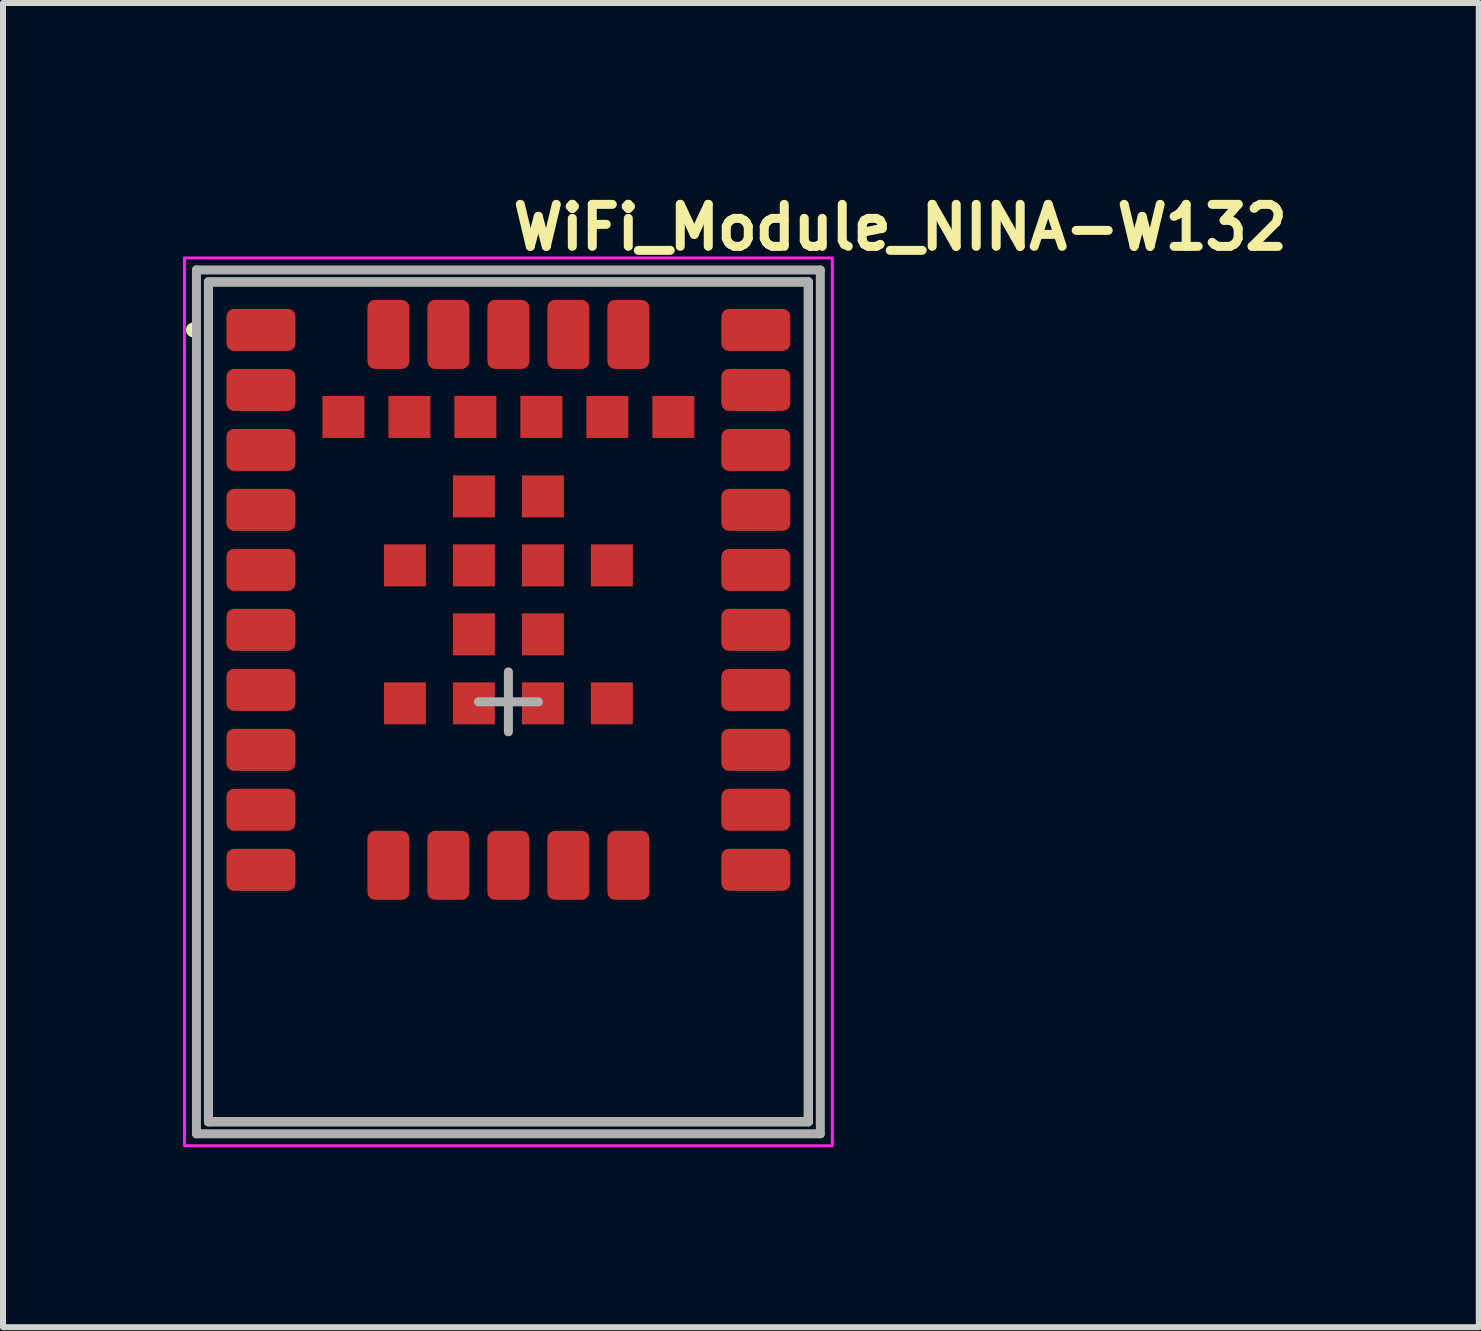
<source format=kicad_pcb>
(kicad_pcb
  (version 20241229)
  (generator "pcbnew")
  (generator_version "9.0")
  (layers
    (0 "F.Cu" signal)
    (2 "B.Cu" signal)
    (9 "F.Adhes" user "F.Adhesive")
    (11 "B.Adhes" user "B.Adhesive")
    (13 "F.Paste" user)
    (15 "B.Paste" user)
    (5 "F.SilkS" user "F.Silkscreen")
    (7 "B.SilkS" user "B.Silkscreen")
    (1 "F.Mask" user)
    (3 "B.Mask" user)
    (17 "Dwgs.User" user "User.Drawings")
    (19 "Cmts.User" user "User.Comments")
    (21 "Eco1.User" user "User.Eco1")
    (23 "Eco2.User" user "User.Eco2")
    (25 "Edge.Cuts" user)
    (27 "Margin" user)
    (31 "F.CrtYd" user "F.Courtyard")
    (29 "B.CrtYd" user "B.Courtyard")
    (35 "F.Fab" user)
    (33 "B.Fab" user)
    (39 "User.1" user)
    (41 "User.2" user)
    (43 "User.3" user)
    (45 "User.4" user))
  (footprint "WiFi_Module_NINA-W132"
    (layer "F.Cu")
    (at 5.425 8.65)
    (property "Reference" "WiFi_Module_NINA-W132" (at 0 -7.5 0) (layer "F.SilkS") (effects (font (size 0.7 0.7) (thickness 0.15)) (justify left bottom)))
    (attr smd)
    (fp_line (start -5 -7) (end -5 7) (stroke (width 0.15) (type solid)) (layer "F.SilkS"))
    (fp_line (start -5 -7) (end 5 -7) (stroke (width 0.15) (type solid)) (layer "F.SilkS"))
    (fp_line (start -5 7) (end 5 7) (stroke (width 0.15) (type solid)) (layer "F.SilkS"))
    (fp_line (start 5 -7) (end 5 7) (stroke (width 0.15) (type solid)) (layer "F.SilkS"))
    (fp_circle (center -5.25 -6.2) (end -5.2 -6.2) (stroke (width 0.15) (type solid)) (fill yes) (layer "F.SilkS"))
    (fp_rect (start -5.4 7.4) (end 5.4 -7.4) (stroke (width 0.05) (type solid)) (fill no) (layer "F.CrtYd"))
    (fp_line (start -5.2 -7.2) (end -5.2 7.2) (stroke (width 0.15) (type solid)) (layer "F.Fab"))
    (fp_line (start -5.2 -7.2) (end 5.2 -7.2) (stroke (width 0.15) (type solid)) (layer "F.Fab"))
    (fp_line (start -5.2 7.2) (end 5.2 7.2) (stroke (width 0.15) (type solid)) (layer "F.Fab"))
    (fp_line (start -5 -7) (end -5 7) (stroke (width 0.15) (type solid)) (layer "F.Fab"))
    (fp_line (start -5 -7) (end 5 -7) (stroke (width 0.15) (type solid)) (layer "F.Fab"))
    (fp_line (start -5 7) (end 5 7) (stroke (width 0.15) (type solid)) (layer "F.Fab"))
    (fp_line (start -0.5 0) (end 0.5 0) (stroke (width 0.15) (type solid)) (layer "F.Fab"))
    (fp_line (start 0 -0.5) (end 0 0) (stroke (width 0.15) (type solid)) (layer "F.Fab"))
    (fp_line (start 0 0) (end 0 0.5) (stroke (width 0.15) (type solid)) (layer "F.Fab"))
    (fp_line (start 5 -7) (end 5 7) (stroke (width 0.15) (type solid)) (layer "F.Fab"))
    (fp_line (start 5.2 -7.2) (end 5.2 7.2) (stroke (width 0.15) (type solid)) (layer "F.Fab"))
    (fp_rect (start -5 7) (end 5 -7) (stroke (width 0.1) (type solid)) (fill no) (layer "User.5"))
    (fp_line (start -5 -7) (end 5 -7) (stroke (width 0.02) (type solid)) (layer "User.9"))
    (fp_line (start -5 7) (end -5 -7) (stroke (width 0.02) (type solid)) (layer "User.9"))
    (fp_line (start -4.947 3.315) (end -4.947 3.198) (stroke (width 0.02) (type solid)) (layer "User.9"))
    (fp_line (start -4.947 3.315) (end -4.947 3.315) (stroke (width 0.02) (type solid)) (layer "User.9"))
    (fp_line (start -4.947 3.598) (end -4.947 3.315) (stroke (width 0.02) (type solid)) (layer "User.9"))
    (fp_line (start -4.947 3.598) (end -4.947 4.049) (stroke (width 0.02) (type solid)) (layer "User.9"))
    (fp_line (start -4.947 4.049) (end -4.947 4.057) (stroke (width 0.02) (type solid)) (layer "User.9"))
    (fp_line (start -4.947 4.057) (end -4.946 4.064) (stroke (width 0.02) (type solid)) (layer "User.9"))
    (fp_line (start -4.947 6.142) (end -4.947 6.149) (stroke (width 0.02) (type solid)) (layer "User.9"))
    (fp_line (start -4.947 6.149) (end -4.947 6.6) (stroke (width 0.02) (type solid)) (layer "User.9"))
    (fp_line (start -4.947 6.883) (end -4.947 6.6) (stroke (width 0.02) (type solid)) (layer "User.9"))
    (fp_line (start -4.947 6.883) (end -4.947 6.883) (stroke (width 0.02) (type solid)) (layer "User.9"))
    (fp_line (start -4.947 7) (end -4.947 6.883) (stroke (width 0.02) (type solid)) (layer "User.9"))
    (fp_line (start -4.946 4.064) (end -4.945 4.072) (stroke (width 0.02) (type solid)) (layer "User.9"))
    (fp_line (start -4.946 6.134) (end -4.947 6.142) (stroke (width 0.02) (type solid)) (layer "User.9"))
    (fp_line (start -4.945 4.072) (end -4.944 4.079) (stroke (width 0.02) (type solid)) (layer "User.9"))
    (fp_line (start -4.945 6.127) (end -4.946 6.134) (stroke (width 0.02) (type solid)) (layer "User.9"))
    (fp_line (start -4.944 4.079) (end -4.942 4.087) (stroke (width 0.02) (type solid)) (layer "User.9"))
    (fp_line (start -4.944 6.12) (end -4.945 6.127) (stroke (width 0.02) (type solid)) (layer "User.9"))
    (fp_line (start -4.942 4.087) (end -4.94 4.094) (stroke (width 0.02) (type solid)) (layer "User.9"))
    (fp_line (start -4.942 6.113) (end -4.944 6.12) (stroke (width 0.02) (type solid)) (layer "User.9"))
    (fp_line (start -4.941 6.105) (end -4.942 6.113) (stroke (width 0.02) (type solid)) (layer "User.9"))
    (fp_line (start -4.94 4.094) (end -4.938 4.101) (stroke (width 0.02) (type solid)) (layer "User.9"))
    (fp_line (start -4.938 4.101) (end -4.935 4.107) (stroke (width 0.02) (type solid)) (layer "User.9"))
    (fp_line (start -4.938 6.099) (end -4.941 6.105) (stroke (width 0.02) (type solid)) (layer "User.9"))
    (fp_line (start -4.936 6.092) (end -4.938 6.099) (stroke (width 0.02) (type solid)) (layer "User.9"))
    (fp_line (start -4.935 4.107) (end -4.932 4.114) (stroke (width 0.02) (type solid)) (layer "User.9"))
    (fp_line (start -4.933 6.085) (end -4.936 6.092) (stroke (width 0.02) (type solid)) (layer "User.9"))
    (fp_line (start -4.932 4.114) (end -4.929 4.121) (stroke (width 0.02) (type solid)) (layer "User.9"))
    (fp_line (start -4.929 4.121) (end -4.925 4.127) (stroke (width 0.02) (type solid)) (layer "User.9"))
    (fp_line (start -4.929 6.078) (end -4.933 6.085) (stroke (width 0.02) (type solid)) (layer "User.9"))
    (fp_line (start -4.926 6.072) (end -4.929 6.078) (stroke (width 0.02) (type solid)) (layer "User.9"))
    (fp_line (start -4.925 4.127) (end -4.921 4.133) (stroke (width 0.02) (type solid)) (layer "User.9"))
    (fp_line (start -4.922 6.066) (end -4.926 6.072) (stroke (width 0.02) (type solid)) (layer "User.9"))
    (fp_line (start -4.921 4.133) (end -4.917 4.139) (stroke (width 0.02) (type solid)) (layer "User.9"))
    (fp_line (start -4.918 6.06) (end -4.922 6.066) (stroke (width 0.02) (type solid)) (layer "User.9"))
    (fp_line (start -4.917 4.139) (end -4.913 4.145) (stroke (width 0.02) (type solid)) (layer "User.9"))
    (fp_line (start -4.913 4.145) (end -4.908 4.15) (stroke (width 0.02) (type solid)) (layer "User.9"))
    (fp_line (start -4.913 6.054) (end -4.918 6.06) (stroke (width 0.02) (type solid)) (layer "User.9"))
    (fp_line (start -4.908 4.15) (end -4.903 4.155) (stroke (width 0.02) (type solid)) (layer "User.9"))
    (fp_line (start -4.908 6.048) (end -4.913 6.054) (stroke (width 0.02) (type solid)) (layer "User.9"))
    (fp_line (start -4.903 4.155) (end -4.898 4.16) (stroke (width 0.02) (type solid)) (layer "User.9"))
    (fp_line (start -4.903 6.043) (end -4.908 6.048) (stroke (width 0.02) (type solid)) (layer "User.9"))
    (fp_line (start -4.903 6.043) (end -4.903 6.043) (stroke (width 0.02) (type solid)) (layer "User.9"))
    (fp_line (start -4.901 4.499) (end -4.784 4.499) (stroke (width 0.02) (type solid)) (layer "User.9"))
    (fp_line (start -4.901 5.699) (end -4.901 4.499) (stroke (width 0.02) (type solid)) (layer "User.9"))
    (fp_line (start -4.898 4.16) (end -4.892 4.165) (stroke (width 0.02) (type solid)) (layer "User.9"))
    (fp_line (start -4.898 6.038) (end -4.903 6.043) (stroke (width 0.02) (type solid)) (layer "User.9"))
    (fp_line (start -4.892 4.165) (end -4.887 4.169) (stroke (width 0.02) (type solid)) (layer "User.9"))
    (fp_line (start -4.892 6.033) (end -4.898 6.038) (stroke (width 0.02) (type solid)) (layer "User.9"))
    (fp_line (start -4.887 4.169) (end -4.881 4.173) (stroke (width 0.02) (type solid)) (layer "User.9"))
    (fp_line (start -4.886 6.029) (end -4.892 6.033) (stroke (width 0.02) (type solid)) (layer "User.9"))
    (fp_line (start -4.881 4.173) (end -4.875 4.177) (stroke (width 0.02) (type solid)) (layer "User.9"))
    (fp_line (start -4.88 6.024) (end -4.886 6.029) (stroke (width 0.02) (type solid)) (layer "User.9"))
    (fp_line (start -4.875 4.177) (end -4.868 4.181) (stroke (width 0.02) (type solid)) (layer "User.9"))
    (fp_line (start -4.874 6.02) (end -4.88 6.024) (stroke (width 0.02) (type solid)) (layer "User.9"))
    (fp_line (start -4.868 4.181) (end -4.862 4.184) (stroke (width 0.02) (type solid)) (layer "User.9"))
    (fp_line (start -4.868 6.017) (end -4.874 6.02) (stroke (width 0.02) (type solid)) (layer "User.9"))
    (fp_line (start -4.862 4.184) (end -4.855 4.187) (stroke (width 0.02) (type solid)) (layer "User.9"))
    (fp_line (start -4.861 6.013) (end -4.868 6.017) (stroke (width 0.02) (type solid)) (layer "User.9"))
    (fp_line (start -4.855 4.187) (end -4.849 4.19) (stroke (width 0.02) (type solid)) (layer "User.9"))
    (fp_line (start -4.854 6.011) (end -4.861 6.013) (stroke (width 0.02) (type solid)) (layer "User.9"))
    (fp_line (start -4.849 4.19) (end -4.842 4.192) (stroke (width 0.02) (type solid)) (layer "User.9"))
    (fp_line (start -4.848 6.008) (end -4.854 6.011) (stroke (width 0.02) (type solid)) (layer "User.9"))
    (fp_line (start -4.842 4.192) (end -4.834 4.194) (stroke (width 0.02) (type solid)) (layer "User.9"))
    (fp_line (start -4.841 6.006) (end -4.848 6.008) (stroke (width 0.02) (type solid)) (layer "User.9"))
    (fp_line (start -4.834 4.194) (end -4.827 4.196) (stroke (width 0.02) (type solid)) (layer "User.9"))
    (fp_line (start -4.834 6.004) (end -4.841 6.006) (stroke (width 0.02) (type solid)) (layer "User.9"))
    (fp_line (start -4.827 4.196) (end -4.82 4.197) (stroke (width 0.02) (type solid)) (layer "User.9"))
    (fp_line (start -4.826 6.002) (end -4.834 6.004) (stroke (width 0.02) (type solid)) (layer "User.9"))
    (fp_line (start -4.82 4.197) (end -4.812 4.198) (stroke (width 0.02) (type solid)) (layer "User.9"))
    (fp_line (start -4.819 6.001) (end -4.826 6.002) (stroke (width 0.02) (type solid)) (layer "User.9"))
    (fp_line (start -4.812 4.198) (end -4.805 4.199) (stroke (width 0.02) (type solid)) (layer "User.9"))
    (fp_line (start -4.812 6) (end -4.819 6.001) (stroke (width 0.02) (type solid)) (layer "User.9"))
    (fp_line (start -4.805 4.199) (end -4.797 4.199) (stroke (width 0.02) (type solid)) (layer "User.9"))
    (fp_line (start -4.804 5.999) (end -4.812 6) (stroke (width 0.02) (type solid)) (layer "User.9"))
    (fp_line (start -4.797 3.198) (end -4.947 3.198) (stroke (width 0.02) (type solid)) (layer "User.9"))
    (fp_line (start -4.797 5.999) (end -4.804 5.999) (stroke (width 0.02) (type solid)) (layer "User.9"))
    (fp_line (start -4.797 5.999) (end -4.447 5.999) (stroke (width 0.02) (type solid)) (layer "User.9"))
    (fp_line (start -4.784 4.499) (end -4.784 4.499) (stroke (width 0.02) (type solid)) (layer "User.9"))
    (fp_line (start -4.784 4.499) (end -4.501 4.499) (stroke (width 0.02) (type solid)) (layer "User.9"))
    (fp_line (start -4.784 5.699) (end -4.901 5.699) (stroke (width 0.02) (type solid)) (layer "User.9"))
    (fp_line (start -4.784 5.699) (end -4.784 5.699) (stroke (width 0.02) (type solid)) (layer "User.9"))
    (fp_line (start -4.75 -6.6) (end -4.75 -6.2) (stroke (width 0.02) (type solid)) (layer "User.9"))
    (fp_line (start -4.75 -6.6) (end -4.55 -6.6) (stroke (width 0.02) (type solid)) (layer "User.9"))
    (fp_line (start -4.75 -6.2) (end -4.75 2.6) (stroke (width 0.02) (type solid)) (layer "User.9"))
    (fp_line (start -4.75 -6.2) (end -4.662 -6.2) (stroke (width 0.02) (type solid)) (layer "User.9"))
    (fp_line (start -4.75 2.6) (end -4.75 3) (stroke (width 0.02) (type solid)) (layer "User.9"))
    (fp_line (start -4.662 -6.2) (end -4.662 -6.2) (stroke (width 0.02) (type solid)) (layer "User.9"))
    (fp_line (start -4.662 -6.2) (end -4.45 -6.2) (stroke (width 0.02) (type solid)) (layer "User.9"))
    (fp_line (start -4.662 2.6) (end -4.75 2.6) (stroke (width 0.02) (type solid)) (layer "User.9"))
    (fp_line (start -4.662 2.6) (end -4.662 2.6) (stroke (width 0.02) (type solid)) (layer "User.9"))
    (fp_line (start -4.55 -6.2) (end -4.55 -6.6) (stroke (width 0.02) (type solid)) (layer "User.9"))
    (fp_line (start -4.55 3) (end -4.75 3) (stroke (width 0.02) (type solid)) (layer "User.9"))
    (fp_line (start -4.55 3) (end -4.55 2.6) (stroke (width 0.02) (type solid)) (layer "User.9"))
    (fp_line (start -4.501 5.699) (end -4.784 5.699) (stroke (width 0.02) (type solid)) (layer "User.9"))
    (fp_line (start -4.501 5.699) (end -4.447 5.699) (stroke (width 0.02) (type solid)) (layer "User.9"))
    (fp_line (start -4.45 2.6) (end -4.662 2.6) (stroke (width 0.02) (type solid)) (layer "User.9"))
    (fp_line (start -4.45 2.6) (end -4.35 2.6) (stroke (width 0.02) (type solid)) (layer "User.9"))
    (fp_line (start -4.447 4.199) (end -4.797 4.199) (stroke (width 0.02) (type solid)) (layer "User.9"))
    (fp_line (start -4.447 4.499) (end -4.501 4.499) (stroke (width 0.02) (type solid)) (layer "User.9"))
    (fp_line (start -4.447 4.499) (end -4.447 4.199) (stroke (width 0.02) (type solid)) (layer "User.9"))
    (fp_line (start -4.447 5.999) (end -4.447 5.699) (stroke (width 0.02) (type solid)) (layer "User.9"))
    (fp_line (start -4.35 -6.512) (end -4.35 -6.6) (stroke (width 0.02) (type solid)) (layer "User.9"))
    (fp_line (start -4.35 -6.512) (end -4.35 -6.512) (stroke (width 0.02) (type solid)) (layer "User.9"))
    (fp_line (start -4.35 -6.3) (end -4.35 -6.512) (stroke (width 0.02) (type solid)) (layer "User.9"))
    (fp_line (start -4.35 -6.3) (end -4.35 -6.2) (stroke (width 0.02) (type solid)) (layer "User.9"))
    (fp_line (start -4.35 -6.2) (end -4.45 -6.2) (stroke (width 0.02) (type solid)) (layer "User.9"))
    (fp_line (start -4.35 2.6) (end -4.35 2.7) (stroke (width 0.02) (type solid)) (layer "User.9"))
    (fp_line (start -4.35 2.912) (end -4.35 2.7) (stroke (width 0.02) (type solid)) (layer "User.9"))
    (fp_line (start -4.35 2.912) (end -4.35 2.912) (stroke (width 0.02) (type solid)) (layer "User.9"))
    (fp_line (start -4.35 3) (end -4.35 2.912) (stroke (width 0.02) (type solid)) (layer "User.9"))
    (fp_line (start -4.35 3) (end 4.35 3) (stroke (width 0.02) (type solid)) (layer "User.9"))
    (fp_line (start -3.247 4.899) (end -3.247 5.699) (stroke (width 0.02) (type solid)) (layer "User.9"))
    (fp_line (start -3.247 4.899) (end 4.507 4.899) (stroke (width 0.02) (type solid)) (layer "User.9"))
    (fp_line (start -3.247 5.699) (end 4.803 5.699) (stroke (width 0.02) (type solid)) (layer "User.9"))
    (fp_line (start 2.46 4.971) (end 2.46 4.899) (stroke (width 0.02) (type solid)) (layer "User.9"))
    (fp_line (start 2.46 4.971) (end 2.76 4.971) (stroke (width 0.02) (type solid)) (layer "User.9"))
    (fp_line (start 2.46 5.121) (end 2.46 4.971) (stroke (width 0.02) (type solid)) (layer "User.9"))
    (fp_line (start 2.541 5.461) (end 2.691 5.461) (stroke (width 0.02) (type solid)) (layer "User.9"))
    (fp_line (start 2.541 5.699) (end 2.541 5.461) (stroke (width 0.02) (type solid)) (layer "User.9"))
    (fp_line (start 2.691 5.461) (end 2.691 5.699) (stroke (width 0.02) (type solid)) (layer "User.9"))
    (fp_line (start 2.691 5.461) (end 2.991 5.461) (stroke (width 0.02) (type solid)) (layer "User.9"))
    (fp_line (start 2.691 5.699) (end 2.691 5.461) (stroke (width 0.02) (type solid)) (layer "User.9"))
    (fp_line (start 2.76 4.899) (end 2.76 4.971) (stroke (width 0.02) (type solid)) (layer "User.9"))
    (fp_line (start 2.76 4.971) (end 2.46 4.971) (stroke (width 0.02) (type solid)) (layer "User.9"))
    (fp_line (start 2.76 4.971) (end 2.76 5.121) (stroke (width 0.02) (type solid)) (layer "User.9"))
    (fp_line (start 2.76 5.121) (end 2.46 5.121) (stroke (width 0.02) (type solid)) (layer "User.9"))
    (fp_line (start 2.906 7) (end 2.306 7) (stroke (width 0.02) (type solid)) (layer "User.9"))
    (fp_line (start 2.991 5.461) (end 2.991 5.699) (stroke (width 0.02) (type solid)) (layer "User.9"))
    (fp_line (start 2.991 5.461) (end 3.141 5.461) (stroke (width 0.02) (type solid)) (layer "User.9"))
    (fp_line (start 2.991 5.699) (end 2.991 5.461) (stroke (width 0.02) (type solid)) (layer "User.9"))
    (fp_line (start 3.141 5.461) (end 3.141 5.699) (stroke (width 0.02) (type solid)) (layer "User.9"))
    (fp_line (start 4.35 -6.6) (end -4.35 -6.6) (stroke (width 0.02) (type solid)) (layer "User.9"))
    (fp_line (start 4.35 -6.6) (end 4.35 -6.512) (stroke (width 0.02) (type solid)) (layer "User.9"))
    (fp_line (start 4.35 -6.512) (end 4.35 -6.512) (stroke (width 0.02) (type solid)) (layer "User.9"))
    (fp_line (start 4.35 -6.512) (end 4.35 -6.3) (stroke (width 0.02) (type solid)) (layer "User.9"))
    (fp_line (start 4.35 -6.2) (end 4.35 -6.3) (stroke (width 0.02) (type solid)) (layer "User.9"))
    (fp_line (start 4.35 2.6) (end 4.45 2.6) (stroke (width 0.02) (type solid)) (layer "User.9"))
    (fp_line (start 4.35 2.7) (end 4.35 2.6) (stroke (width 0.02) (type solid)) (layer "User.9"))
    (fp_line (start 4.35 2.7) (end 4.35 2.912) (stroke (width 0.02) (type solid)) (layer "User.9"))
    (fp_line (start 4.35 2.912) (end 4.35 2.912) (stroke (width 0.02) (type solid)) (layer "User.9"))
    (fp_line (start 4.35 2.912) (end 4.35 3) (stroke (width 0.02) (type solid)) (layer "User.9"))
    (fp_line (start 4.45 -6.2) (end 4.35 -6.2) (stroke (width 0.02) (type solid)) (layer "User.9"))
    (fp_line (start 4.45 -6.2) (end 4.662 -6.2) (stroke (width 0.02) (type solid)) (layer "User.9"))
    (fp_line (start 4.453 3.198) (end -4.947 3.198) (stroke (width 0.02) (type solid)) (layer "User.9"))
    (fp_line (start 4.453 3.198) (end 4.453 3.315) (stroke (width 0.02) (type solid)) (layer "User.9"))
    (fp_line (start 4.453 3.315) (end 4.453 3.315) (stroke (width 0.02) (type solid)) (layer "User.9"))
    (fp_line (start 4.453 3.315) (end 4.453 3.598) (stroke (width 0.02) (type solid)) (layer "User.9"))
    (fp_line (start 4.453 3.699) (end 4.453 3.598) (stroke (width 0.02) (type solid)) (layer "User.9"))
    (fp_line (start 4.507 3.699) (end 4.453 3.699) (stroke (width 0.02) (type solid)) (layer "User.9"))
    (fp_line (start 4.507 3.699) (end 4.79 3.699) (stroke (width 0.02) (type solid)) (layer "User.9"))
    (fp_line (start 4.55 -6.6) (end 4.55 -6.2) (stroke (width 0.02) (type solid)) (layer "User.9"))
    (fp_line (start 4.55 -6.6) (end 4.75 -6.6) (stroke (width 0.02) (type solid)) (layer "User.9"))
    (fp_line (start 4.55 2.6) (end 4.55 3) (stroke (width 0.02) (type solid)) (layer "User.9"))
    (fp_line (start 4.606 7) (end 4.006 7) (stroke (width 0.02) (type solid)) (layer "User.9"))
    (fp_line (start 4.662 -6.2) (end 4.662 -6.2) (stroke (width 0.02) (type solid)) (layer "User.9"))
    (fp_line (start 4.662 -6.2) (end 4.75 -6.2) (stroke (width 0.02) (type solid)) (layer "User.9"))
    (fp_line (start 4.662 2.6) (end 4.45 2.6) (stroke (width 0.02) (type solid)) (layer "User.9"))
    (fp_line (start 4.662 2.6) (end 4.662 2.6) (stroke (width 0.02) (type solid)) (layer "User.9"))
    (fp_line (start 4.7 3.599) (end 4.453 3.599) (stroke (width 0.02) (type solid)) (layer "User.9"))
    (fp_line (start 4.7 3.599) (end 4.453 3.599) (stroke (width 0.02) (type solid)) (layer "User.9"))
    (fp_line (start 4.7 3.599) (end 4.453 3.599) (stroke (width 0.02) (type solid)) (layer "User.9"))
    (fp_line (start 4.7 3.699) (end 4.7 3.599) (stroke (width 0.02) (type solid)) (layer "User.9"))
    (fp_line (start 4.7 3.699) (end 4.7 3.599) (stroke (width 0.02) (type solid)) (layer "User.9"))
    (fp_line (start 4.7 3.699) (end 4.7 3.599) (stroke (width 0.02) (type solid)) (layer "User.9"))
    (fp_line (start 4.75 -6.2) (end 4.75 -6.6) (stroke (width 0.02) (type solid)) (layer "User.9"))
    (fp_line (start 4.75 2.6) (end 4.662 2.6) (stroke (width 0.02) (type solid)) (layer "User.9"))
    (fp_line (start 4.75 2.6) (end 4.75 -6.2) (stroke (width 0.02) (type solid)) (layer "User.9"))
    (fp_line (start 4.75 3) (end 4.55 3) (stroke (width 0.02) (type solid)) (layer "User.9"))
    (fp_line (start 4.75 3) (end 4.75 2.6) (stroke (width 0.02) (type solid)) (layer "User.9"))
    (fp_line (start 4.79 3.699) (end 4.79 3.699) (stroke (width 0.02) (type solid)) (layer "User.9"))
    (fp_line (start 4.79 3.699) (end 4.907 3.699) (stroke (width 0.02) (type solid)) (layer "User.9"))
    (fp_line (start 4.79 4.899) (end 4.507 4.899) (stroke (width 0.02) (type solid)) (layer "User.9"))
    (fp_line (start 4.79 4.899) (end 4.79 4.899) (stroke (width 0.02) (type solid)) (layer "User.9"))
    (fp_line (start 4.803 7) (end 4.953 7) (stroke (width 0.02) (type solid)) (layer "User.9"))
    (fp_line (start 4.81 5.699) (end 4.803 5.699) (stroke (width 0.02) (type solid)) (layer "User.9"))
    (fp_line (start 4.818 5.699) (end 4.81 5.699) (stroke (width 0.02) (type solid)) (layer "User.9"))
    (fp_line (start 4.825 5.7) (end 4.818 5.699) (stroke (width 0.02) (type solid)) (layer "User.9"))
    (fp_line (start 4.832 5.702) (end 4.825 5.7) (stroke (width 0.02) (type solid)) (layer "User.9"))
    (fp_line (start 4.84 5.703) (end 4.832 5.702) (stroke (width 0.02) (type solid)) (layer "User.9"))
    (fp_line (start 4.847 5.705) (end 4.84 5.703) (stroke (width 0.02) (type solid)) (layer "User.9"))
    (fp_line (start 4.854 5.707) (end 4.847 5.705) (stroke (width 0.02) (type solid)) (layer "User.9"))
    (fp_line (start 4.86 5.71) (end 4.854 5.707) (stroke (width 0.02) (type solid)) (layer "User.9"))
    (fp_line (start 4.867 5.713) (end 4.86 5.71) (stroke (width 0.02) (type solid)) (layer "User.9"))
    (fp_line (start 4.874 5.716) (end 4.867 5.713) (stroke (width 0.02) (type solid)) (layer "User.9"))
    (fp_line (start 4.88 5.72) (end 4.874 5.716) (stroke (width 0.02) (type solid)) (layer "User.9"))
    (fp_line (start 4.886 5.724) (end 4.88 5.72) (stroke (width 0.02) (type solid)) (layer "User.9"))
    (fp_line (start 4.892 5.728) (end 4.886 5.724) (stroke (width 0.02) (type solid)) (layer "User.9"))
    (fp_line (start 4.898 5.733) (end 4.892 5.728) (stroke (width 0.02) (type solid)) (layer "User.9"))
    (fp_line (start 4.904 5.737) (end 4.898 5.733) (stroke (width 0.02) (type solid)) (layer "User.9"))
    (fp_line (start 4.907 4.499) (end 4.907 3.699) (stroke (width 0.02) (type solid)) (layer "User.9"))
    (fp_line (start 4.907 4.899) (end 4.79 4.899) (stroke (width 0.02) (type solid)) (layer "User.9"))
    (fp_line (start 4.907 4.899) (end 4.907 3.699) (stroke (width 0.02) (type solid)) (layer "User.9"))
    (fp_line (start 4.909 5.743) (end 4.904 5.737) (stroke (width 0.02) (type solid)) (layer "User.9"))
    (fp_line (start 4.909 5.743) (end 4.909 5.743) (stroke (width 0.02) (type solid)) (layer "User.9"))
    (fp_line (start 4.914 5.748) (end 4.909 5.743) (stroke (width 0.02) (type solid)) (layer "User.9"))
    (fp_line (start 4.919 5.754) (end 4.914 5.748) (stroke (width 0.02) (type solid)) (layer "User.9"))
    (fp_line (start 4.924 5.759) (end 4.919 5.754) (stroke (width 0.02) (type solid)) (layer "User.9"))
    (fp_line (start 4.928 5.765) (end 4.924 5.759) (stroke (width 0.02) (type solid)) (layer "User.9"))
    (fp_line (start 4.932 5.772) (end 4.928 5.765) (stroke (width 0.02) (type solid)) (layer "User.9"))
    (fp_line (start 4.935 5.778) (end 4.932 5.772) (stroke (width 0.02) (type solid)) (layer "User.9"))
    (fp_line (start 4.939 5.785) (end 4.935 5.778) (stroke (width 0.02) (type solid)) (layer "User.9"))
    (fp_line (start 4.942 5.791) (end 4.939 5.785) (stroke (width 0.02) (type solid)) (layer "User.9"))
    (fp_line (start 4.944 5.798) (end 4.942 5.791) (stroke (width 0.02) (type solid)) (layer "User.9"))
    (fp_line (start 4.947 5.805) (end 4.944 5.798) (stroke (width 0.02) (type solid)) (layer "User.9"))
    (fp_line (start 4.948 5.812) (end 4.947 5.805) (stroke (width 0.02) (type solid)) (layer "User.9"))
    (fp_line (start 4.95 5.819) (end 4.948 5.812) (stroke (width 0.02) (type solid)) (layer "User.9"))
    (fp_line (start 4.951 5.826) (end 4.95 5.819) (stroke (width 0.02) (type solid)) (layer "User.9"))
    (fp_line (start 4.952 5.834) (end 4.951 5.826) (stroke (width 0.02) (type solid)) (layer "User.9"))
    (fp_line (start 4.953 5.841) (end 4.952 5.834) (stroke (width 0.02) (type solid)) (layer "User.9"))
    (fp_line (start 4.953 5.849) (end 4.953 5.841) (stroke (width 0.02) (type solid)) (layer "User.9"))
    (fp_line (start 4.953 6.6) (end 4.953 5.849) (stroke (width 0.02) (type solid)) (layer "User.9"))
    (fp_line (start 4.953 6.6) (end 4.953 6.883) (stroke (width 0.02) (type solid)) (layer "User.9"))
    (fp_line (start 4.953 6.883) (end 4.953 6.883) (stroke (width 0.02) (type solid)) (layer "User.9"))
    (fp_line (start 4.953 6.883) (end 4.953 7) (stroke (width 0.02) (type solid)) (layer "User.9"))
    (fp_line (start 4.953 7) (end -4.947 7) (stroke (width 0.02) (type solid)) (layer "User.9"))
    (fp_line (start 5 -7) (end 5 7) (stroke (width 0.02) (type solid)) (layer "User.9"))
    (fp_line (start 5 7) (end -5 7) (stroke (width 0.02) (type solid)) (layer "User.9"))
    (fp_circle (center -3 -4.8) (end -2.6 -4.8) (stroke (width 0.02) (type default)) (fill no) (layer "User.9"))
    (pad "1" smd roundrect (at -4.125 -6.2) (size 1.15 0.7) (layers "F.Cu" "F.Mask" "F.Paste") (roundrect_rratio 0.18))
    (pad "2" smd roundrect (at -4.125 -5.2) (size 1.15 0.7) (layers "F.Cu" "F.Mask" "F.Paste") (roundrect_rratio 0.18))
    (pad "3" smd roundrect (at -4.125 -4.2) (size 1.15 0.7) (layers "F.Cu" "F.Mask" "F.Paste") (roundrect_rratio 0.18))
    (pad "4" smd roundrect (at -4.125 -3.2) (size 1.15 0.7) (layers "F.Cu" "F.Mask" "F.Paste") (roundrect_rratio 0.18))
    (pad "5" smd roundrect (at -4.125 -2.2) (size 1.15 0.7) (layers "F.Cu" "F.Mask" "F.Paste") (roundrect_rratio 0.18))
    (pad "6" smd roundrect (at -4.125 -1.2) (size 1.15 0.7) (layers "F.Cu" "F.Mask" "F.Paste") (roundrect_rratio 0.18))
    (pad "7" smd roundrect (at -4.125 -0.2) (size 1.15 0.7) (layers "F.Cu" "F.Mask" "F.Paste") (roundrect_rratio 0.18))
    (pad "8" smd roundrect (at -4.125 0.8) (size 1.15 0.7) (layers "F.Cu" "F.Mask" "F.Paste") (roundrect_rratio 0.18))
    (pad "9" smd roundrect (at -4.125 1.8) (size 1.15 0.7) (layers "F.Cu" "F.Mask" "F.Paste") (roundrect_rratio 0.18))
    (pad "10" smd roundrect (at -4.125 2.8) (size 1.15 0.7) (layers "F.Cu" "F.Mask" "F.Paste") (roundrect_rratio 0.18))
    (pad "11" smd roundrect (at -2 2.725 270) (size 1.15 0.7) (layers "F.Cu" "F.Mask" "F.Paste") (roundrect_rratio 0.18))
    (pad "12" smd roundrect (at -1 2.725 270) (size 1.15 0.7) (layers "F.Cu" "F.Mask" "F.Paste") (roundrect_rratio 0.18))
    (pad "13" smd roundrect (at 0 2.725 270) (size 1.15 0.7) (layers "F.Cu" "F.Mask" "F.Paste") (roundrect_rratio 0.18))
    (pad "14" smd roundrect (at 1 2.725 270) (size 1.15 0.7) (layers "F.Cu" "F.Mask" "F.Paste") (roundrect_rratio 0.18))
    (pad "15" smd roundrect (at 2 2.725 270) (size 1.15 0.7) (layers "F.Cu" "F.Mask" "F.Paste") (roundrect_rratio 0.18))
    (pad "16" smd roundrect (at 4.125 2.8) (size 1.15 0.7) (layers "F.Cu" "F.Mask" "F.Paste") (roundrect_rratio 0.18))
    (pad "17" smd roundrect (at 4.125 1.8) (size 1.15 0.7) (layers "F.Cu" "F.Mask" "F.Paste") (roundrect_rratio 0.18))
    (pad "18" smd roundrect (at 4.125 0.8) (size 1.15 0.7) (layers "F.Cu" "F.Mask" "F.Paste") (roundrect_rratio 0.18))
    (pad "19" smd roundrect (at 4.125 -0.2) (size 1.15 0.7) (layers "F.Cu" "F.Mask" "F.Paste") (roundrect_rratio 0.18))
    (pad "20" smd roundrect (at 4.125 -1.2) (size 1.15 0.7) (layers "F.Cu" "F.Mask" "F.Paste") (roundrect_rratio 0.18))
    (pad "21" smd roundrect (at 4.125 -2.2) (size 1.15 0.7) (layers "F.Cu" "F.Mask" "F.Paste") (roundrect_rratio 0.18))
    (pad "22" smd roundrect (at 4.125 -3.2) (size 1.15 0.7) (layers "F.Cu" "F.Mask" "F.Paste") (roundrect_rratio 0.18))
    (pad "23" smd roundrect (at 4.125 -4.2) (size 1.15 0.7) (layers "F.Cu" "F.Mask" "F.Paste") (roundrect_rratio 0.18))
    (pad "24" smd roundrect (at 4.125 -5.2) (size 1.15 0.7) (layers "F.Cu" "F.Mask" "F.Paste") (roundrect_rratio 0.18))
    (pad "25" smd roundrect (at 4.125 -6.2) (size 1.15 0.7) (layers "F.Cu" "F.Mask" "F.Paste") (roundrect_rratio 0.18))
    (pad "26" smd roundrect (at 2 -6.125 270) (size 1.15 0.7) (layers "F.Cu" "F.Mask" "F.Paste") (roundrect_rratio 0.18))
    (pad "27" smd roundrect (at 1 -6.125 270) (size 1.15 0.7) (layers "F.Cu" "F.Mask" "F.Paste") (roundrect_rratio 0.18))
    (pad "28" smd roundrect (at 0 -6.125 270) (size 1.15 0.7) (layers "F.Cu" "F.Mask" "F.Paste") (roundrect_rratio 0.18))
    (pad "29" smd roundrect (at -1 -6.125 270) (size 1.15 0.7) (layers "F.Cu" "F.Mask" "F.Paste") (roundrect_rratio 0.18))
    (pad "30" smd roundrect (at -2 -6.125 270) (size 1.15 0.7) (layers "F.Cu" "F.Mask" "F.Paste") (roundrect_rratio 0.18))
    (pad "31" smd rect (at -2.75 -4.75 270) (size 0.7 0.7) (layers "F.Cu" "F.Mask" "F.Paste"))
    (pad "32" smd rect (at -1.65 -4.75 270) (size 0.7 0.7) (layers "F.Cu" "F.Mask" "F.Paste"))
    (pad "33" smd rect (at -0.55 -4.75 270) (size 0.7 0.7) (layers "F.Cu" "F.Mask" "F.Paste"))
    (pad "34" smd rect (at 0.55 -4.75 270) (size 0.7 0.7) (layers "F.Cu" "F.Mask" "F.Paste"))
    (pad "35" smd rect (at 1.65 -4.75 270) (size 0.7 0.7) (layers "F.Cu" "F.Mask" "F.Paste"))
    (pad "36" smd rect (at 2.75 -4.75 270) (size 0.7 0.7) (layers "F.Cu" "F.Mask" "F.Paste"))
    (pad "37" smd rect (at -0.575 -3.425) (size 0.7 0.7) (layers "F.Cu" "F.Mask" "F.Paste"))
    (pad "38" smd rect (at 0.575 -3.425) (size 0.7 0.7) (layers "F.Cu" "F.Mask" "F.Paste"))
    (pad "39" smd rect (at -1.725 -2.275) (size 0.7 0.7) (layers "F.Cu" "F.Mask" "F.Paste"))
    (pad "40" smd rect (at -0.575 -2.275) (size 0.7 0.7) (layers "F.Cu" "F.Mask" "F.Paste"))
    (pad "41" smd rect (at 0.575 -2.275) (size 0.7 0.7) (layers "F.Cu" "F.Mask" "F.Paste"))
    (pad "42" smd rect (at 1.725 -2.275) (size 0.7 0.7) (layers "F.Cu" "F.Mask" "F.Paste"))
    (pad "43" smd rect (at -0.575 -1.125) (size 0.7 0.7) (layers "F.Cu" "F.Mask" "F.Paste"))
    (pad "44" smd rect (at 0.575 -1.125) (size 0.7 0.7) (layers "F.Cu" "F.Mask" "F.Paste"))
    (pad "45" smd rect (at -1.725 0.025) (size 0.7 0.7) (layers "F.Cu" "F.Mask" "F.Paste"))
    (pad "46" smd rect (at -0.575 0.025) (size 0.7 0.7) (layers "F.Cu" "F.Mask" "F.Paste"))
    (pad "47" smd rect (at 0.575 0.025) (size 0.7 0.7) (layers "F.Cu" "F.Mask" "F.Paste"))
    (pad "48" smd rect (at 1.725 0.025) (size 0.7 0.7) (layers "F.Cu" "F.Mask" "F.Paste")))
  (gr_rect
    (start -3 -3)
    (end 21.602 19.075)
    (stroke (width 0.1) (type default))
    (fill no)
    (layer "Edge.Cuts")))
</source>
